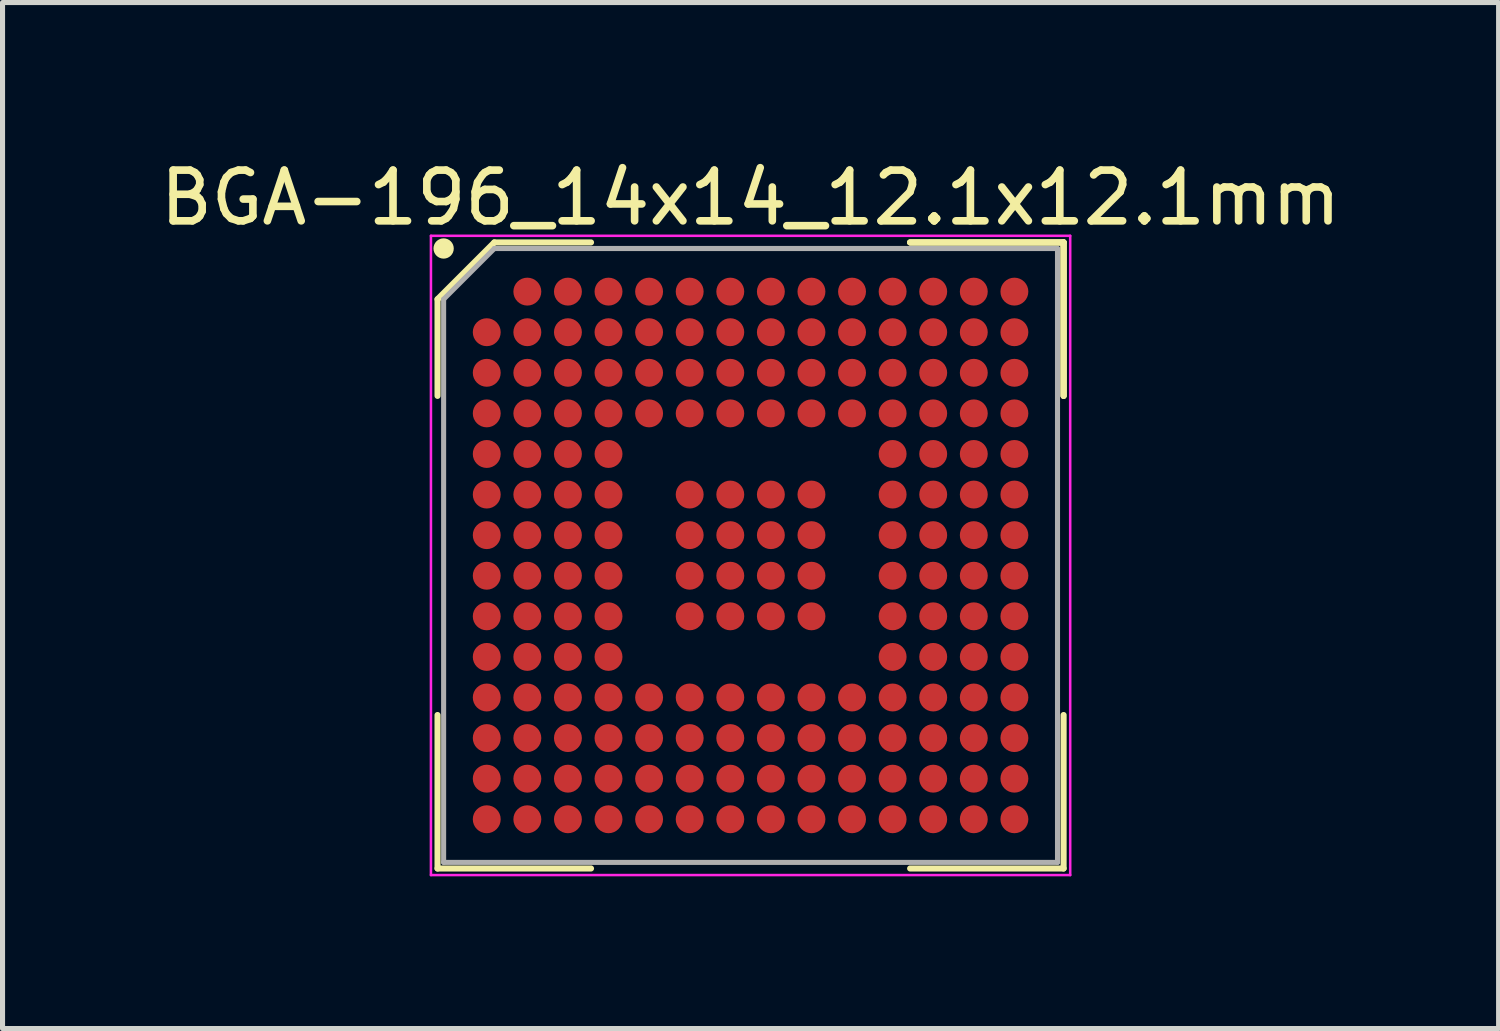
<source format=kicad_pcb>
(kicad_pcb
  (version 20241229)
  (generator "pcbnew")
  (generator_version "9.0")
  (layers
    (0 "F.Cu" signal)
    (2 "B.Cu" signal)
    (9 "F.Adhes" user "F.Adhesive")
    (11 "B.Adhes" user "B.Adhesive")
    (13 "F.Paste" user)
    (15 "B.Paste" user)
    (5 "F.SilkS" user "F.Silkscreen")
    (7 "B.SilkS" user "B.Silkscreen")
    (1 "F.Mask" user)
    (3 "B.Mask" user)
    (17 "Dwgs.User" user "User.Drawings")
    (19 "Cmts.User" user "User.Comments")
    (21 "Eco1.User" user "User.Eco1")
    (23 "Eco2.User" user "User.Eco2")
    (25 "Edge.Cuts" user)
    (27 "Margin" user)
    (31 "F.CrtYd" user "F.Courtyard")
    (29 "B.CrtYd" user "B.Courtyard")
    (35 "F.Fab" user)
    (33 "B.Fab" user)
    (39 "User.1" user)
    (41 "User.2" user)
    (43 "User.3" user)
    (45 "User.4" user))
  (footprint "BGA-196_14x14_12.1x12.1mm"
    (layer "F.Cu")
    (at 11.744 7.898)
    (property "Reference" "BGA-196_14x14_12.1x12.1mm" (at 0 -7.05 0) (layer "F.SilkS") (effects (font (size 1 1) (thickness 0.15))))
    (attr through_hole)
    (fp_line (start -6.17 -5.05) (end -6.17 -3.145) (stroke (width 0.12) (type solid)) (layer "F.SilkS"))
    (fp_line (start -6.17 6.17) (end -6.17 3.145) (stroke (width 0.12) (type solid)) (layer "F.SilkS"))
    (fp_line (start -5.05 -6.17) (end -6.17 -5.05) (stroke (width 0.12) (type solid)) (layer "F.SilkS"))
    (fp_line (start -3.145 -6.17) (end -5.05 -6.17) (stroke (width 0.12) (type solid)) (layer "F.SilkS"))
    (fp_line (start -3.145 6.17) (end -6.17 6.17) (stroke (width 0.12) (type solid)) (layer "F.SilkS"))
    (fp_line (start 3.145 -6.17) (end 6.17 -6.17) (stroke (width 0.12) (type solid)) (layer "F.SilkS"))
    (fp_line (start 3.145 -6.17) (end 6.17 -6.17) (stroke (width 0.12) (type solid)) (layer "F.SilkS"))
    (fp_line (start 3.145 -6.17) (end 6.17 -6.17) (stroke (width 0.12) (type solid)) (layer "F.SilkS"))
    (fp_line (start 3.145 6.17) (end 6.17 6.17) (stroke (width 0.12) (type solid)) (layer "F.SilkS"))
    (fp_line (start 6.17 -6.17) (end 6.17 -3.145) (stroke (width 0.12) (type solid)) (layer "F.SilkS"))
    (fp_line (start 6.17 -6.17) (end 6.17 -3.145) (stroke (width 0.12) (type solid)) (layer "F.SilkS"))
    (fp_line (start 6.17 -6.17) (end 6.17 -3.145) (stroke (width 0.12) (type solid)) (layer "F.SilkS"))
    (fp_line (start 6.17 6.17) (end 6.17 3.145) (stroke (width 0.12) (type solid)) (layer "F.SilkS"))
    (fp_circle (center -6.05 -6.05) (end -6.05 -5.95) (stroke (width 0.2) (type solid)) (fill no) (layer "F.SilkS"))
    (fp_line (start -6.3 -6.3) (end 6.3 -6.3) (stroke (width 0.05) (type solid)) (layer "F.CrtYd"))
    (fp_line (start -6.3 6.3) (end -6.3 -6.3) (stroke (width 0.05) (type solid)) (layer "F.CrtYd"))
    (fp_line (start 6.3 -6.3) (end 6.3 6.3) (stroke (width 0.05) (type solid)) (layer "F.CrtYd"))
    (fp_line (start 6.3 6.3) (end -6.3 6.3) (stroke (width 0.05) (type solid)) (layer "F.CrtYd"))
    (fp_line (start -6.05 -5.05) (end -6.05 6.05) (stroke (width 0.1) (type solid)) (layer "F.Fab"))
    (fp_line (start -6.05 6.05) (end 6.05 6.05) (stroke (width 0.1) (type solid)) (layer "F.Fab"))
    (fp_line (start -5.05 -6.05) (end -6.05 -5.05) (stroke (width 0.1) (type solid)) (layer "F.Fab"))
    (fp_line (start 6.05 -6.05) (end -5.05 -6.05) (stroke (width 0.1) (type solid)) (layer "F.Fab"))
    (fp_line (start 6.05 6.05) (end 6.05 -6.05) (stroke (width 0.1) (type solid)) (layer "F.Fab"))
    (pad "A2" smd circle (at -4.4 -5.2) (size 0.55 0.55) (layers "F.Cu" "F.Mask" "F.Paste"))
    (pad "A3" smd circle (at -3.6 -5.2) (size 0.55 0.55) (layers "F.Cu" "F.Mask" "F.Paste"))
    (pad "A4" smd circle (at -2.8 -5.2) (size 0.55 0.55) (layers "F.Cu" "F.Mask" "F.Paste"))
    (pad "A5" smd circle (at -2 -5.2) (size 0.55 0.55) (layers "F.Cu" "F.Mask" "F.Paste"))
    (pad "A6" smd circle (at -1.2 -5.2) (size 0.55 0.55) (layers "F.Cu" "F.Mask" "F.Paste"))
    (pad "A7" smd circle (at -0.4 -5.2) (size 0.55 0.55) (layers "F.Cu" "F.Mask" "F.Paste"))
    (pad "A8" smd circle (at 0.4 -5.2) (size 0.55 0.55) (layers "F.Cu" "F.Mask" "F.Paste"))
    (pad "A9" smd circle (at 1.2 -5.2) (size 0.55 0.55) (layers "F.Cu" "F.Mask" "F.Paste"))
    (pad "A10" smd circle (at 2 -5.2) (size 0.55 0.55) (layers "F.Cu" "F.Mask" "F.Paste"))
    (pad "A11" smd circle (at 2.8 -5.2) (size 0.55 0.55) (layers "F.Cu" "F.Mask" "F.Paste"))
    (pad "A12" smd circle (at 3.6 -5.2) (size 0.55 0.55) (layers "F.Cu" "F.Mask" "F.Paste"))
    (pad "A13" smd circle (at 4.4 -5.2) (size 0.55 0.55) (layers "F.Cu" "F.Mask" "F.Paste"))
    (pad "A14" smd circle (at 5.2 -5.2) (size 0.55 0.55) (layers "F.Cu" "F.Mask" "F.Paste"))
    (pad "B1" smd circle (at -5.2 -4.4) (size 0.55 0.55) (layers "F.Cu" "F.Mask" "F.Paste"))
    (pad "B2" smd circle (at -4.4 -4.4) (size 0.55 0.55) (layers "F.Cu" "F.Mask" "F.Paste"))
    (pad "B3" smd circle (at -3.6 -4.4) (size 0.55 0.55) (layers "F.Cu" "F.Mask" "F.Paste"))
    (pad "B4" smd circle (at -2.8 -4.4) (size 0.55 0.55) (layers "F.Cu" "F.Mask" "F.Paste"))
    (pad "B5" smd circle (at -2 -4.4) (size 0.55 0.55) (layers "F.Cu" "F.Mask" "F.Paste"))
    (pad "B6" smd circle (at -1.2 -4.4) (size 0.55 0.55) (layers "F.Cu" "F.Mask" "F.Paste"))
    (pad "B7" smd circle (at -0.4 -4.4) (size 0.55 0.55) (layers "F.Cu" "F.Mask" "F.Paste"))
    (pad "B8" smd circle (at 0.4 -4.4) (size 0.55 0.55) (layers "F.Cu" "F.Mask" "F.Paste"))
    (pad "B9" smd circle (at 1.2 -4.4) (size 0.55 0.55) (layers "F.Cu" "F.Mask" "F.Paste"))
    (pad "B10" smd circle (at 2 -4.4) (size 0.55 0.55) (layers "F.Cu" "F.Mask" "F.Paste"))
    (pad "B11" smd circle (at 2.8 -4.4) (size 0.55 0.55) (layers "F.Cu" "F.Mask" "F.Paste"))
    (pad "B12" smd circle (at 3.6 -4.4) (size 0.55 0.55) (layers "F.Cu" "F.Mask" "F.Paste"))
    (pad "B13" smd circle (at 4.4 -4.4) (size 0.55 0.55) (layers "F.Cu" "F.Mask" "F.Paste"))
    (pad "B14" smd circle (at 5.2 -4.4) (size 0.55 0.55) (layers "F.Cu" "F.Mask" "F.Paste"))
    (pad "C1" smd circle (at -5.2 -3.6) (size 0.55 0.55) (layers "F.Cu" "F.Mask" "F.Paste"))
    (pad "C2" smd circle (at -4.4 -3.6) (size 0.55 0.55) (layers "F.Cu" "F.Mask" "F.Paste"))
    (pad "C3" smd circle (at -3.6 -3.6) (size 0.55 0.55) (layers "F.Cu" "F.Mask" "F.Paste"))
    (pad "C4" smd circle (at -2.8 -3.6) (size 0.55 0.55) (layers "F.Cu" "F.Mask" "F.Paste"))
    (pad "C5" smd circle (at -2 -3.6) (size 0.55 0.55) (layers "F.Cu" "F.Mask" "F.Paste"))
    (pad "C6" smd circle (at -1.2 -3.6) (size 0.55 0.55) (layers "F.Cu" "F.Mask" "F.Paste"))
    (pad "C7" smd circle (at -0.4 -3.6) (size 0.55 0.55) (layers "F.Cu" "F.Mask" "F.Paste"))
    (pad "C8" smd circle (at 0.4 -3.6) (size 0.55 0.55) (layers "F.Cu" "F.Mask" "F.Paste"))
    (pad "C9" smd circle (at 1.2 -3.6) (size 0.55 0.55) (layers "F.Cu" "F.Mask" "F.Paste"))
    (pad "C10" smd circle (at 2 -3.6) (size 0.55 0.55) (layers "F.Cu" "F.Mask" "F.Paste"))
    (pad "C11" smd circle (at 2.8 -3.6) (size 0.55 0.55) (layers "F.Cu" "F.Mask" "F.Paste"))
    (pad "C12" smd circle (at 3.6 -3.6) (size 0.55 0.55) (layers "F.Cu" "F.Mask" "F.Paste"))
    (pad "C13" smd circle (at 4.4 -3.6) (size 0.55 0.55) (layers "F.Cu" "F.Mask" "F.Paste"))
    (pad "C14" smd circle (at 5.2 -3.6) (size 0.55 0.55) (layers "F.Cu" "F.Mask" "F.Paste"))
    (pad "D1" smd circle (at -5.2 -2.8) (size 0.55 0.55) (layers "F.Cu" "F.Mask" "F.Paste"))
    (pad "D2" smd circle (at -4.4 -2.8) (size 0.55 0.55) (layers "F.Cu" "F.Mask" "F.Paste"))
    (pad "D3" smd circle (at -3.6 -2.8) (size 0.55 0.55) (layers "F.Cu" "F.Mask" "F.Paste"))
    (pad "D4" smd circle (at -2.8 -2.8) (size 0.55 0.55) (layers "F.Cu" "F.Mask" "F.Paste"))
    (pad "D5" smd circle (at -2 -2.8) (size 0.55 0.55) (layers "F.Cu" "F.Mask" "F.Paste"))
    (pad "D6" smd circle (at -1.2 -2.8) (size 0.55 0.55) (layers "F.Cu" "F.Mask" "F.Paste"))
    (pad "D7" smd circle (at -0.4 -2.8) (size 0.55 0.55) (layers "F.Cu" "F.Mask" "F.Paste"))
    (pad "D8" smd circle (at 0.4 -2.8) (size 0.55 0.55) (layers "F.Cu" "F.Mask" "F.Paste"))
    (pad "D9" smd circle (at 1.2 -2.8) (size 0.55 0.55) (layers "F.Cu" "F.Mask" "F.Paste"))
    (pad "D10" smd circle (at 2 -2.8) (size 0.55 0.55) (layers "F.Cu" "F.Mask" "F.Paste"))
    (pad "D11" smd circle (at 2.8 -2.8) (size 0.55 0.55) (layers "F.Cu" "F.Mask" "F.Paste"))
    (pad "D12" smd circle (at 3.6 -2.8) (size 0.55 0.55) (layers "F.Cu" "F.Mask" "F.Paste"))
    (pad "D13" smd circle (at 4.4 -2.8) (size 0.55 0.55) (layers "F.Cu" "F.Mask" "F.Paste"))
    (pad "D14" smd circle (at 5.2 -2.8) (size 0.55 0.55) (layers "F.Cu" "F.Mask" "F.Paste"))
    (pad "E1" smd circle (at -5.2 -2) (size 0.55 0.55) (layers "F.Cu" "F.Mask" "F.Paste"))
    (pad "E2" smd circle (at -4.4 -2) (size 0.55 0.55) (layers "F.Cu" "F.Mask" "F.Paste"))
    (pad "E3" smd circle (at -3.6 -2) (size 0.55 0.55) (layers "F.Cu" "F.Mask" "F.Paste"))
    (pad "E4" smd circle (at -2.8 -2) (size 0.55 0.55) (layers "F.Cu" "F.Mask" "F.Paste"))
    (pad "E11" smd circle (at 2.8 -2) (size 0.55 0.55) (layers "F.Cu" "F.Mask" "F.Paste"))
    (pad "E12" smd circle (at 3.6 -2) (size 0.55 0.55) (layers "F.Cu" "F.Mask" "F.Paste"))
    (pad "E13" smd circle (at 4.4 -2) (size 0.55 0.55) (layers "F.Cu" "F.Mask" "F.Paste"))
    (pad "E14" smd circle (at 5.2 -2) (size 0.55 0.55) (layers "F.Cu" "F.Mask" "F.Paste"))
    (pad "F1" smd circle (at -5.2 -1.2) (size 0.55 0.55) (layers "F.Cu" "F.Mask" "F.Paste"))
    (pad "F2" smd circle (at -4.4 -1.2) (size 0.55 0.55) (layers "F.Cu" "F.Mask" "F.Paste"))
    (pad "F3" smd circle (at -3.6 -1.2) (size 0.55 0.55) (layers "F.Cu" "F.Mask" "F.Paste"))
    (pad "F4" smd circle (at -2.8 -1.2) (size 0.55 0.55) (layers "F.Cu" "F.Mask" "F.Paste"))
    (pad "F6" smd circle (at -1.2 -1.2) (size 0.55 0.55) (layers "F.Cu" "F.Mask" "F.Paste"))
    (pad "F7" smd circle (at -0.4 -1.2) (size 0.55 0.55) (layers "F.Cu" "F.Mask" "F.Paste"))
    (pad "F8" smd circle (at 0.4 -1.2) (size 0.55 0.55) (layers "F.Cu" "F.Mask" "F.Paste"))
    (pad "F9" smd circle (at 1.2 -1.2) (size 0.55 0.55) (layers "F.Cu" "F.Mask" "F.Paste"))
    (pad "F11" smd circle (at 2.8 -1.2) (size 0.55 0.55) (layers "F.Cu" "F.Mask" "F.Paste"))
    (pad "F12" smd circle (at 3.6 -1.2) (size 0.55 0.55) (layers "F.Cu" "F.Mask" "F.Paste"))
    (pad "F13" smd circle (at 4.4 -1.2) (size 0.55 0.55) (layers "F.Cu" "F.Mask" "F.Paste"))
    (pad "F14" smd circle (at 5.2 -1.2) (size 0.55 0.55) (layers "F.Cu" "F.Mask" "F.Paste"))
    (pad "G1" smd circle (at -5.2 -0.4) (size 0.55 0.55) (layers "F.Cu" "F.Mask" "F.Paste"))
    (pad "G2" smd circle (at -4.4 -0.4) (size 0.55 0.55) (layers "F.Cu" "F.Mask" "F.Paste"))
    (pad "G3" smd circle (at -3.6 -0.4) (size 0.55 0.55) (layers "F.Cu" "F.Mask" "F.Paste"))
    (pad "G4" smd circle (at -2.8 -0.4) (size 0.55 0.55) (layers "F.Cu" "F.Mask" "F.Paste"))
    (pad "G6" smd circle (at -1.2 -0.4) (size 0.55 0.55) (layers "F.Cu" "F.Mask" "F.Paste"))
    (pad "G7" smd circle (at -0.4 -0.4) (size 0.55 0.55) (layers "F.Cu" "F.Mask" "F.Paste"))
    (pad "G8" smd circle (at 0.4 -0.4) (size 0.55 0.55) (layers "F.Cu" "F.Mask" "F.Paste"))
    (pad "G9" smd circle (at 1.2 -0.4) (size 0.55 0.55) (layers "F.Cu" "F.Mask" "F.Paste"))
    (pad "G11" smd circle (at 2.8 -0.4) (size 0.55 0.55) (layers "F.Cu" "F.Mask" "F.Paste"))
    (pad "G12" smd circle (at 3.6 -0.4) (size 0.55 0.55) (layers "F.Cu" "F.Mask" "F.Paste"))
    (pad "G13" smd circle (at 4.4 -0.4) (size 0.55 0.55) (layers "F.Cu" "F.Mask" "F.Paste"))
    (pad "G14" smd circle (at 5.2 -0.4) (size 0.55 0.55) (layers "F.Cu" "F.Mask" "F.Paste"))
    (pad "H1" smd circle (at -5.2 0.4) (size 0.55 0.55) (layers "F.Cu" "F.Mask" "F.Paste"))
    (pad "H2" smd circle (at -4.4 0.4) (size 0.55 0.55) (layers "F.Cu" "F.Mask" "F.Paste"))
    (pad "H3" smd circle (at -3.6 0.4) (size 0.55 0.55) (layers "F.Cu" "F.Mask" "F.Paste"))
    (pad "H4" smd circle (at -2.8 0.4) (size 0.55 0.55) (layers "F.Cu" "F.Mask" "F.Paste"))
    (pad "H6" smd circle (at -1.2 0.4) (size 0.55 0.55) (layers "F.Cu" "F.Mask" "F.Paste"))
    (pad "H7" smd circle (at -0.4 0.4) (size 0.55 0.55) (layers "F.Cu" "F.Mask" "F.Paste"))
    (pad "H8" smd circle (at 0.4 0.4) (size 0.55 0.55) (layers "F.Cu" "F.Mask" "F.Paste"))
    (pad "H9" smd circle (at 1.2 0.4) (size 0.55 0.55) (layers "F.Cu" "F.Mask" "F.Paste"))
    (pad "H11" smd circle (at 2.8 0.4) (size 0.55 0.55) (layers "F.Cu" "F.Mask" "F.Paste"))
    (pad "H12" smd circle (at 3.6 0.4) (size 0.55 0.55) (layers "F.Cu" "F.Mask" "F.Paste"))
    (pad "H13" smd circle (at 4.4 0.4) (size 0.55 0.55) (layers "F.Cu" "F.Mask" "F.Paste"))
    (pad "H14" smd circle (at 5.2 0.4) (size 0.55 0.55) (layers "F.Cu" "F.Mask" "F.Paste"))
    (pad "J1" smd circle (at -5.2 1.2) (size 0.55 0.55) (layers "F.Cu" "F.Mask" "F.Paste"))
    (pad "J2" smd circle (at -4.4 1.2) (size 0.55 0.55) (layers "F.Cu" "F.Mask" "F.Paste"))
    (pad "J3" smd circle (at -3.6 1.2) (size 0.55 0.55) (layers "F.Cu" "F.Mask" "F.Paste"))
    (pad "J4" smd circle (at -2.8 1.2) (size 0.55 0.55) (layers "F.Cu" "F.Mask" "F.Paste"))
    (pad "J6" smd circle (at -1.2 1.2) (size 0.55 0.55) (layers "F.Cu" "F.Mask" "F.Paste"))
    (pad "J7" smd circle (at -0.4 1.2) (size 0.55 0.55) (layers "F.Cu" "F.Mask" "F.Paste"))
    (pad "J8" smd circle (at 0.4 1.2) (size 0.55 0.55) (layers "F.Cu" "F.Mask" "F.Paste"))
    (pad "J9" smd circle (at 1.2 1.2) (size 0.55 0.55) (layers "F.Cu" "F.Mask" "F.Paste"))
    (pad "J11" smd circle (at 2.8 1.2) (size 0.55 0.55) (layers "F.Cu" "F.Mask" "F.Paste"))
    (pad "J12" smd circle (at 3.6 1.2) (size 0.55 0.55) (layers "F.Cu" "F.Mask" "F.Paste"))
    (pad "J13" smd circle (at 4.4 1.2) (size 0.55 0.55) (layers "F.Cu" "F.Mask" "F.Paste"))
    (pad "J14" smd circle (at 5.2 1.2) (size 0.55 0.55) (layers "F.Cu" "F.Mask" "F.Paste"))
    (pad "K1" smd circle (at -5.2 2) (size 0.55 0.55) (layers "F.Cu" "F.Mask" "F.Paste"))
    (pad "K2" smd circle (at -4.4 2) (size 0.55 0.55) (layers "F.Cu" "F.Mask" "F.Paste"))
    (pad "K3" smd circle (at -3.6 2) (size 0.55 0.55) (layers "F.Cu" "F.Mask" "F.Paste"))
    (pad "K4" smd circle (at -2.8 2) (size 0.55 0.55) (layers "F.Cu" "F.Mask" "F.Paste"))
    (pad "K11" smd circle (at 2.8 2) (size 0.55 0.55) (layers "F.Cu" "F.Mask" "F.Paste"))
    (pad "K12" smd circle (at 3.6 2) (size 0.55 0.55) (layers "F.Cu" "F.Mask" "F.Paste"))
    (pad "K13" smd circle (at 4.4 2) (size 0.55 0.55) (layers "F.Cu" "F.Mask" "F.Paste"))
    (pad "K14" smd circle (at 5.2 2) (size 0.55 0.55) (layers "F.Cu" "F.Mask" "F.Paste"))
    (pad "L1" smd circle (at -5.2 2.8) (size 0.55 0.55) (layers "F.Cu" "F.Mask" "F.Paste"))
    (pad "L2" smd circle (at -4.4 2.8) (size 0.55 0.55) (layers "F.Cu" "F.Mask" "F.Paste"))
    (pad "L3" smd circle (at -3.6 2.8) (size 0.55 0.55) (layers "F.Cu" "F.Mask" "F.Paste"))
    (pad "L4" smd circle (at -2.8 2.8) (size 0.55 0.55) (layers "F.Cu" "F.Mask" "F.Paste"))
    (pad "L5" smd circle (at -2 2.8) (size 0.55 0.55) (layers "F.Cu" "F.Mask" "F.Paste"))
    (pad "L6" smd circle (at -1.2 2.8) (size 0.55 0.55) (layers "F.Cu" "F.Mask" "F.Paste"))
    (pad "L7" smd circle (at -0.4 2.8) (size 0.55 0.55) (layers "F.Cu" "F.Mask" "F.Paste"))
    (pad "L8" smd circle (at 0.4 2.8) (size 0.55 0.55) (layers "F.Cu" "F.Mask" "F.Paste"))
    (pad "L9" smd circle (at 1.2 2.8) (size 0.55 0.55) (layers "F.Cu" "F.Mask" "F.Paste"))
    (pad "L10" smd circle (at 2 2.8) (size 0.55 0.55) (layers "F.Cu" "F.Mask" "F.Paste"))
    (pad "L11" smd circle (at 2.8 2.8) (size 0.55 0.55) (layers "F.Cu" "F.Mask" "F.Paste"))
    (pad "L12" smd circle (at 3.6 2.8) (size 0.55 0.55) (layers "F.Cu" "F.Mask" "F.Paste"))
    (pad "L13" smd circle (at 4.4 2.8) (size 0.55 0.55) (layers "F.Cu" "F.Mask" "F.Paste"))
    (pad "L14" smd circle (at 5.2 2.8) (size 0.55 0.55) (layers "F.Cu" "F.Mask" "F.Paste"))
    (pad "M1" smd circle (at -5.2 3.6) (size 0.55 0.55) (layers "F.Cu" "F.Mask" "F.Paste"))
    (pad "M2" smd circle (at -4.4 3.6) (size 0.55 0.55) (layers "F.Cu" "F.Mask" "F.Paste"))
    (pad "M3" smd circle (at -3.6 3.6) (size 0.55 0.55) (layers "F.Cu" "F.Mask" "F.Paste"))
    (pad "M4" smd circle (at -2.8 3.6) (size 0.55 0.55) (layers "F.Cu" "F.Mask" "F.Paste"))
    (pad "M5" smd circle (at -2 3.6) (size 0.55 0.55) (layers "F.Cu" "F.Mask" "F.Paste"))
    (pad "M6" smd circle (at -1.2 3.6) (size 0.55 0.55) (layers "F.Cu" "F.Mask" "F.Paste"))
    (pad "M7" smd circle (at -0.4 3.6) (size 0.55 0.55) (layers "F.Cu" "F.Mask" "F.Paste"))
    (pad "M8" smd circle (at 0.4 3.6) (size 0.55 0.55) (layers "F.Cu" "F.Mask" "F.Paste"))
    (pad "M9" smd circle (at 1.2 3.6) (size 0.55 0.55) (layers "F.Cu" "F.Mask" "F.Paste"))
    (pad "M10" smd circle (at 2 3.6) (size 0.55 0.55) (layers "F.Cu" "F.Mask" "F.Paste"))
    (pad "M11" smd circle (at 2.8 3.6) (size 0.55 0.55) (layers "F.Cu" "F.Mask" "F.Paste"))
    (pad "M12" smd circle (at 3.6 3.6) (size 0.55 0.55) (layers "F.Cu" "F.Mask" "F.Paste"))
    (pad "M13" smd circle (at 4.4 3.6) (size 0.55 0.55) (layers "F.Cu" "F.Mask" "F.Paste"))
    (pad "M14" smd circle (at 5.2 3.6) (size 0.55 0.55) (layers "F.Cu" "F.Mask" "F.Paste"))
    (pad "N1" smd circle (at -5.2 4.4) (size 0.55 0.55) (layers "F.Cu" "F.Mask" "F.Paste"))
    (pad "N2" smd circle (at -4.4 4.4) (size 0.55 0.55) (layers "F.Cu" "F.Mask" "F.Paste"))
    (pad "N3" smd circle (at -3.6 4.4) (size 0.55 0.55) (layers "F.Cu" "F.Mask" "F.Paste"))
    (pad "N4" smd circle (at -2.8 4.4) (size 0.55 0.55) (layers "F.Cu" "F.Mask" "F.Paste"))
    (pad "N5" smd circle (at -2 4.4) (size 0.55 0.55) (layers "F.Cu" "F.Mask" "F.Paste"))
    (pad "N6" smd circle (at -1.2 4.4) (size 0.55 0.55) (layers "F.Cu" "F.Mask" "F.Paste"))
    (pad "N7" smd circle (at -0.4 4.4) (size 0.55 0.55) (layers "F.Cu" "F.Mask" "F.Paste"))
    (pad "N8" smd circle (at 0.4 4.4) (size 0.55 0.55) (layers "F.Cu" "F.Mask" "F.Paste"))
    (pad "N9" smd circle (at 1.2 4.4) (size 0.55 0.55) (layers "F.Cu" "F.Mask" "F.Paste"))
    (pad "N10" smd circle (at 2 4.4) (size 0.55 0.55) (layers "F.Cu" "F.Mask" "F.Paste"))
    (pad "N11" smd circle (at 2.8 4.4) (size 0.55 0.55) (layers "F.Cu" "F.Mask" "F.Paste"))
    (pad "N12" smd circle (at 3.6 4.4) (size 0.55 0.55) (layers "F.Cu" "F.Mask" "F.Paste"))
    (pad "N13" smd circle (at 4.4 4.4) (size 0.55 0.55) (layers "F.Cu" "F.Mask" "F.Paste"))
    (pad "N14" smd circle (at 5.2 4.4) (size 0.55 0.55) (layers "F.Cu" "F.Mask" "F.Paste"))
    (pad "P1" smd circle (at -5.2 5.2) (size 0.55 0.55) (layers "F.Cu" "F.Mask" "F.Paste"))
    (pad "P2" smd circle (at -4.4 5.2) (size 0.55 0.55) (layers "F.Cu" "F.Mask" "F.Paste"))
    (pad "P3" smd circle (at -3.6 5.2) (size 0.55 0.55) (layers "F.Cu" "F.Mask" "F.Paste"))
    (pad "P4" smd circle (at -2.8 5.2) (size 0.55 0.55) (layers "F.Cu" "F.Mask" "F.Paste"))
    (pad "P5" smd circle (at -2 5.2) (size 0.55 0.55) (layers "F.Cu" "F.Mask" "F.Paste"))
    (pad "P6" smd circle (at -1.2 5.2) (size 0.55 0.55) (layers "F.Cu" "F.Mask" "F.Paste"))
    (pad "P7" smd circle (at -0.4 5.2) (size 0.55 0.55) (layers "F.Cu" "F.Mask" "F.Paste"))
    (pad "P8" smd circle (at 0.4 5.2) (size 0.55 0.55) (layers "F.Cu" "F.Mask" "F.Paste"))
    (pad "P9" smd circle (at 1.2 5.2) (size 0.55 0.55) (layers "F.Cu" "F.Mask" "F.Paste"))
    (pad "P10" smd circle (at 2 5.2) (size 0.55 0.55) (layers "F.Cu" "F.Mask" "F.Paste"))
    (pad "P11" smd circle (at 2.8 5.2) (size 0.55 0.55) (layers "F.Cu" "F.Mask" "F.Paste"))
    (pad "P12" smd circle (at 3.6 5.2) (size 0.55 0.55) (layers "F.Cu" "F.Mask" "F.Paste"))
    (pad "P13" smd circle (at 4.4 5.2) (size 0.55 0.55) (layers "F.Cu" "F.Mask" "F.Paste"))
    (pad "P14" smd circle (at 5.2 5.2) (size 0.55 0.55) (layers "F.Cu" "F.Mask" "F.Paste")))
  (gr_rect
    (start -3 -3)
    (end 26.488 17.223)
    (stroke (width 0.1) (type default))
    (fill no)
    (layer "Edge.Cuts")))
</source>
